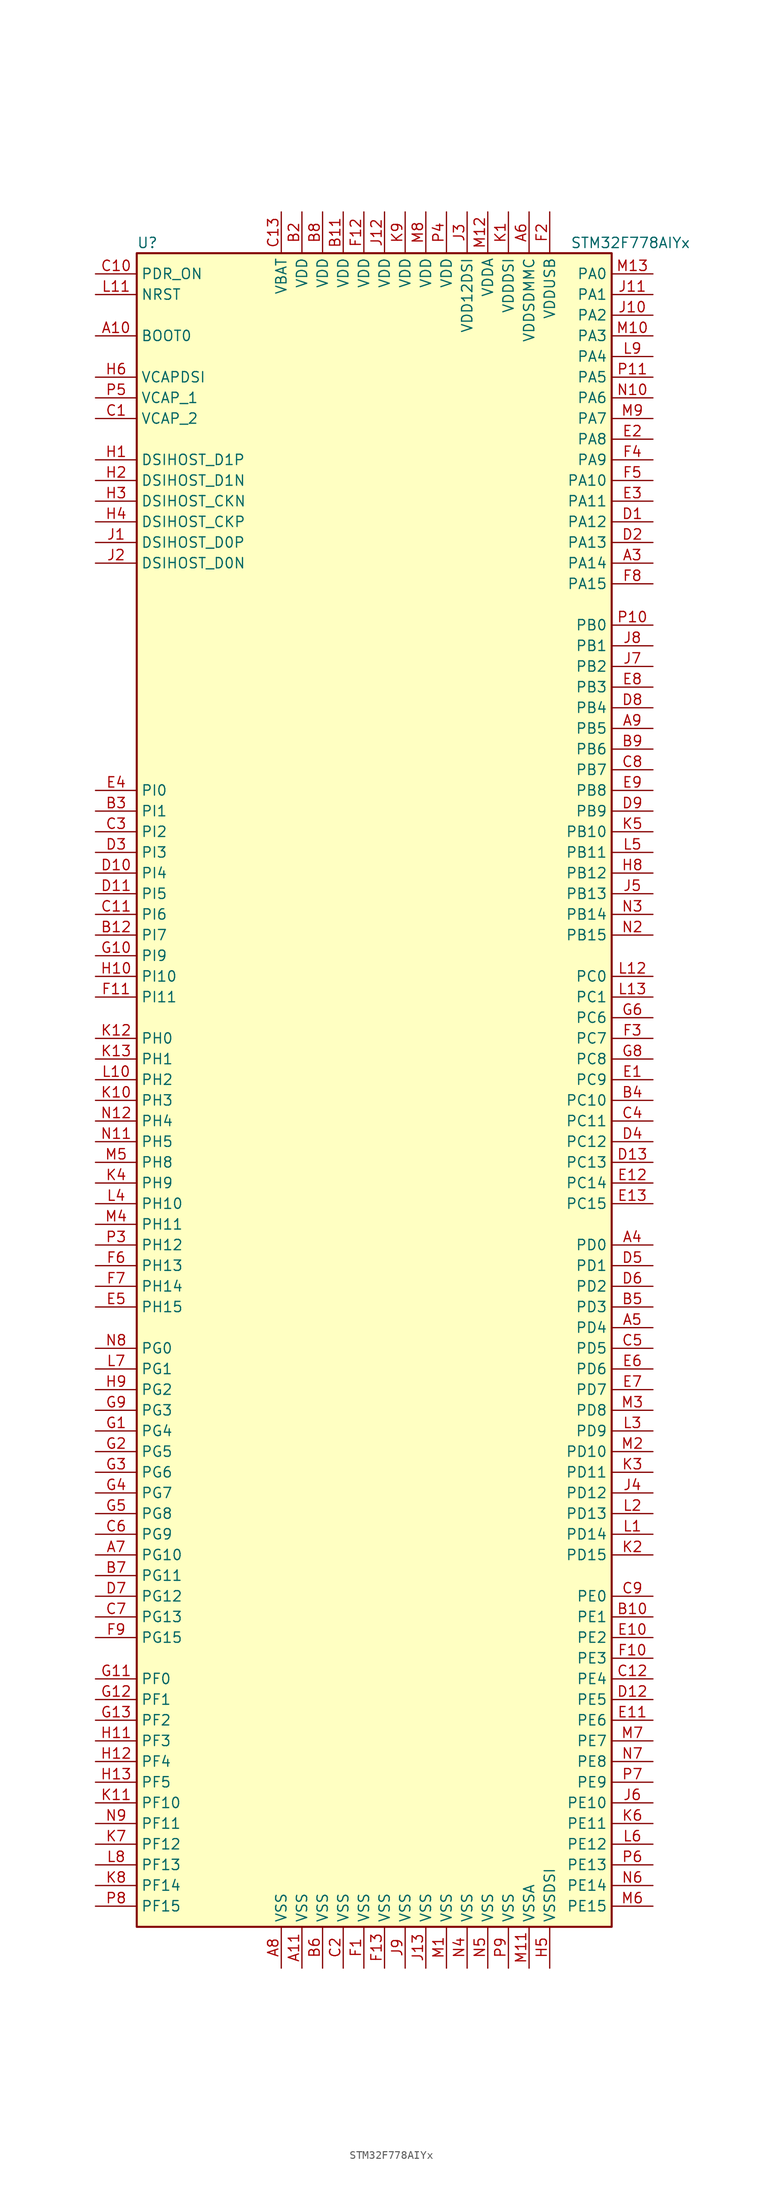
<source format=kicad_sym>
(kicad_symbol_lib
  (version 20211014)
  (generator kicad_symbol_editor)
  (symbol "STM32F778AIYx"
    (property "Reference" "U"
      (at -30.48 102.87 0)
      (effects (font (size 1.27 1.27)) (justify left)))
    (property "Value" "STM32F778AIYx"
      (at 22.86 102.87 0)
      (effects (font (size 1.27 1.27)) (justify left)))
    (symbol "STM32F778AIYx_0_1"
      (rectangle (start -30.48 -104.14) (end 27.94 101.6) (stroke (width 0.254) (type default) (color 0 0 0 0)) (fill (type background))))
    (symbol "STM32F778AIYx_1_1"
      (pin no_connect line (at -30.48 -101.6 0) (length 5.08) hide (name "NC" (effects (font (size 1.27 1.27)))) (number "A1" (effects (font (size 1.27 1.27)))))
      (pin input line (at -35.56 91.44 0) (length 5.08) (name "BOOT0" (effects (font (size 1.27 1.27)))) (number "A10" (effects (font (size 1.27 1.27)))))
      (pin power_in line (at -10.16 -109.22 90) (length 5.08) (name "VSS" (effects (font (size 1.27 1.27)))) (number "A11" (effects (font (size 1.27 1.27)))))
      (pin no_connect line (at -30.48 -96.52 0) (length 5.08) hide (name "NC" (effects (font (size 1.27 1.27)))) (number "A12" (effects (font (size 1.27 1.27)))))
      (pin no_connect line (at -30.48 -93.98 0) (length 5.08) hide (name "NC" (effects (font (size 1.27 1.27)))) (number "A13" (effects (font (size 1.27 1.27)))))
      (pin no_connect line (at -30.48 -99.06 0) (length 5.08) hide (name "NC" (effects (font (size 1.27 1.27)))) (number "A2" (effects (font (size 1.27 1.27)))))
      (pin bidirectional line (at 33.02 63.5 180) (length 5.08) (name "PA14" (effects (font (size 1.27 1.27)))) (number "A3" (effects (font (size 1.27 1.27)))))
      (pin bidirectional line (at 33.02 -20.32 180) (length 5.08) (name "PD0" (effects (font (size 1.27 1.27)))) (number "A4" (effects (font (size 1.27 1.27)))))
      (pin bidirectional line (at 33.02 -30.48 180) (length 5.08) (name "PD4" (effects (font (size 1.27 1.27)))) (number "A5" (effects (font (size 1.27 1.27)))))
      (pin power_in line (at 17.78 106.68 270) (length 5.08) (name "VDDSDMMC" (effects (font (size 1.27 1.27)))) (number "A6" (effects (font (size 1.27 1.27)))))
      (pin bidirectional line (at -35.56 -58.42 0) (length 5.08) (name "PG10" (effects (font (size 1.27 1.27)))) (number "A7" (effects (font (size 1.27 1.27)))))
      (pin power_in line (at -12.7 -109.22 90) (length 5.08) (name "VSS" (effects (font (size 1.27 1.27)))) (number "A8" (effects (font (size 1.27 1.27)))))
      (pin bidirectional line (at 33.02 43.18 180) (length 5.08) (name "PB5" (effects (font (size 1.27 1.27)))) (number "A9" (effects (font (size 1.27 1.27)))))
      (pin no_connect line (at -30.48 -91.44 0) (length 5.08) hide (name "NC" (effects (font (size 1.27 1.27)))) (number "B1" (effects (font (size 1.27 1.27)))))
      (pin bidirectional line (at 33.02 -66.04 180) (length 5.08) (name "PE1" (effects (font (size 1.27 1.27)))) (number "B10" (effects (font (size 1.27 1.27)))))
      (pin power_in line (at -5.08 106.68 270) (length 5.08) (name "VDD" (effects (font (size 1.27 1.27)))) (number "B11" (effects (font (size 1.27 1.27)))))
      (pin bidirectional line (at -35.56 17.78 0) (length 5.08) (name "PI7" (effects (font (size 1.27 1.27)))) (number "B12" (effects (font (size 1.27 1.27)))))
      (pin no_connect line (at -30.48 -88.9 0) (length 5.08) hide (name "NC" (effects (font (size 1.27 1.27)))) (number "B13" (effects (font (size 1.27 1.27)))))
      (pin power_in line (at -10.16 106.68 270) (length 5.08) (name "VDD" (effects (font (size 1.27 1.27)))) (number "B2" (effects (font (size 1.27 1.27)))))
      (pin bidirectional line (at -35.56 33.02 0) (length 5.08) (name "PI1" (effects (font (size 1.27 1.27)))) (number "B3" (effects (font (size 1.27 1.27)))))
      (pin bidirectional line (at 33.02 -2.54 180) (length 5.08) (name "PC10" (effects (font (size 1.27 1.27)))) (number "B4" (effects (font (size 1.27 1.27)))))
      (pin bidirectional line (at 33.02 -27.94 180) (length 5.08) (name "PD3" (effects (font (size 1.27 1.27)))) (number "B5" (effects (font (size 1.27 1.27)))))
      (pin power_in line (at -7.62 -109.22 90) (length 5.08) (name "VSS" (effects (font (size 1.27 1.27)))) (number "B6" (effects (font (size 1.27 1.27)))))
      (pin bidirectional line (at -35.56 -60.96 0) (length 5.08) (name "PG11" (effects (font (size 1.27 1.27)))) (number "B7" (effects (font (size 1.27 1.27)))))
      (pin power_in line (at -7.62 106.68 270) (length 5.08) (name "VDD" (effects (font (size 1.27 1.27)))) (number "B8" (effects (font (size 1.27 1.27)))))
      (pin bidirectional line (at 33.02 40.64 180) (length 5.08) (name "PB6" (effects (font (size 1.27 1.27)))) (number "B9" (effects (font (size 1.27 1.27)))))
      (pin power_in line (at -35.56 81.28 0) (length 5.08) (name "VCAP_2" (effects (font (size 1.27 1.27)))) (number "C1" (effects (font (size 1.27 1.27)))))
      (pin input line (at -35.56 99.06 0) (length 5.08) (name "PDR_ON" (effects (font (size 1.27 1.27)))) (number "C10" (effects (font (size 1.27 1.27)))))
      (pin bidirectional line (at -35.56 20.32 0) (length 5.08) (name "PI6" (effects (font (size 1.27 1.27)))) (number "C11" (effects (font (size 1.27 1.27)))))
      (pin bidirectional line (at 33.02 -73.66 180) (length 5.08) (name "PE4" (effects (font (size 1.27 1.27)))) (number "C12" (effects (font (size 1.27 1.27)))))
      (pin power_in line (at -12.7 106.68 270) (length 5.08) (name "VBAT" (effects (font (size 1.27 1.27)))) (number "C13" (effects (font (size 1.27 1.27)))))
      (pin power_in line (at -5.08 -109.22 90) (length 5.08) (name "VSS" (effects (font (size 1.27 1.27)))) (number "C2" (effects (font (size 1.27 1.27)))))
      (pin bidirectional line (at -35.56 30.48 0) (length 5.08) (name "PI2" (effects (font (size 1.27 1.27)))) (number "C3" (effects (font (size 1.27 1.27)))))
      (pin bidirectional line (at 33.02 -5.08 180) (length 5.08) (name "PC11" (effects (font (size 1.27 1.27)))) (number "C4" (effects (font (size 1.27 1.27)))))
      (pin bidirectional line (at 33.02 -33.02 180) (length 5.08) (name "PD5" (effects (font (size 1.27 1.27)))) (number "C5" (effects (font (size 1.27 1.27)))))
      (pin bidirectional line (at -35.56 -55.88 0) (length 5.08) (name "PG9" (effects (font (size 1.27 1.27)))) (number "C6" (effects (font (size 1.27 1.27)))))
      (pin bidirectional line (at -35.56 -66.04 0) (length 5.08) (name "PG13" (effects (font (size 1.27 1.27)))) (number "C7" (effects (font (size 1.27 1.27)))))
      (pin bidirectional line (at 33.02 38.1 180) (length 5.08) (name "PB7" (effects (font (size 1.27 1.27)))) (number "C8" (effects (font (size 1.27 1.27)))))
      (pin bidirectional line (at 33.02 -63.5 180) (length 5.08) (name "PE0" (effects (font (size 1.27 1.27)))) (number "C9" (effects (font (size 1.27 1.27)))))
      (pin bidirectional line (at 33.02 68.58 180) (length 5.08) (name "PA12" (effects (font (size 1.27 1.27)))) (number "D1" (effects (font (size 1.27 1.27)))))
      (pin bidirectional line (at -35.56 25.4 0) (length 5.08) (name "PI4" (effects (font (size 1.27 1.27)))) (number "D10" (effects (font (size 1.27 1.27)))))
      (pin bidirectional line (at -35.56 22.86 0) (length 5.08) (name "PI5" (effects (font (size 1.27 1.27)))) (number "D11" (effects (font (size 1.27 1.27)))))
      (pin bidirectional line (at 33.02 -76.2 180) (length 5.08) (name "PE5" (effects (font (size 1.27 1.27)))) (number "D12" (effects (font (size 1.27 1.27)))))
      (pin bidirectional line (at 33.02 -10.16 180) (length 5.08) (name "PC13" (effects (font (size 1.27 1.27)))) (number "D13" (effects (font (size 1.27 1.27)))))
      (pin bidirectional line (at 33.02 66.04 180) (length 5.08) (name "PA13" (effects (font (size 1.27 1.27)))) (number "D2" (effects (font (size 1.27 1.27)))))
      (pin bidirectional line (at -35.56 27.94 0) (length 5.08) (name "PI3" (effects (font (size 1.27 1.27)))) (number "D3" (effects (font (size 1.27 1.27)))))
      (pin bidirectional line (at 33.02 -7.62 180) (length 5.08) (name "PC12" (effects (font (size 1.27 1.27)))) (number "D4" (effects (font (size 1.27 1.27)))))
      (pin bidirectional line (at 33.02 -22.86 180) (length 5.08) (name "PD1" (effects (font (size 1.27 1.27)))) (number "D5" (effects (font (size 1.27 1.27)))))
      (pin bidirectional line (at 33.02 -25.4 180) (length 5.08) (name "PD2" (effects (font (size 1.27 1.27)))) (number "D6" (effects (font (size 1.27 1.27)))))
      (pin bidirectional line (at -35.56 -63.5 0) (length 5.08) (name "PG12" (effects (font (size 1.27 1.27)))) (number "D7" (effects (font (size 1.27 1.27)))))
      (pin bidirectional line (at 33.02 45.72 180) (length 5.08) (name "PB4" (effects (font (size 1.27 1.27)))) (number "D8" (effects (font (size 1.27 1.27)))))
      (pin bidirectional line (at 33.02 33.02 180) (length 5.08) (name "PB9" (effects (font (size 1.27 1.27)))) (number "D9" (effects (font (size 1.27 1.27)))))
      (pin bidirectional line (at 33.02 0 180) (length 5.08) (name "PC9" (effects (font (size 1.27 1.27)))) (number "E1" (effects (font (size 1.27 1.27)))))
      (pin bidirectional line (at 33.02 -68.58 180) (length 5.08) (name "PE2" (effects (font (size 1.27 1.27)))) (number "E10" (effects (font (size 1.27 1.27)))))
      (pin bidirectional line (at 33.02 -78.74 180) (length 5.08) (name "PE6" (effects (font (size 1.27 1.27)))) (number "E11" (effects (font (size 1.27 1.27)))))
      (pin bidirectional line (at 33.02 -12.7 180) (length 5.08) (name "PC14" (effects (font (size 1.27 1.27)))) (number "E12" (effects (font (size 1.27 1.27)))))
      (pin bidirectional line (at 33.02 -15.24 180) (length 5.08) (name "PC15" (effects (font (size 1.27 1.27)))) (number "E13" (effects (font (size 1.27 1.27)))))
      (pin bidirectional line (at 33.02 78.74 180) (length 5.08) (name "PA8" (effects (font (size 1.27 1.27)))) (number "E2" (effects (font (size 1.27 1.27)))))
      (pin bidirectional line (at 33.02 71.12 180) (length 5.08) (name "PA11" (effects (font (size 1.27 1.27)))) (number "E3" (effects (font (size 1.27 1.27)))))
      (pin bidirectional line (at -35.56 35.56 0) (length 5.08) (name "PI0" (effects (font (size 1.27 1.27)))) (number "E4" (effects (font (size 1.27 1.27)))))
      (pin bidirectional line (at -35.56 -27.94 0) (length 5.08) (name "PH15" (effects (font (size 1.27 1.27)))) (number "E5" (effects (font (size 1.27 1.27)))))
      (pin bidirectional line (at 33.02 -35.56 180) (length 5.08) (name "PD6" (effects (font (size 1.27 1.27)))) (number "E6" (effects (font (size 1.27 1.27)))))
      (pin bidirectional line (at 33.02 -38.1 180) (length 5.08) (name "PD7" (effects (font (size 1.27 1.27)))) (number "E7" (effects (font (size 1.27 1.27)))))
      (pin bidirectional line (at 33.02 48.26 180) (length 5.08) (name "PB3" (effects (font (size 1.27 1.27)))) (number "E8" (effects (font (size 1.27 1.27)))))
      (pin bidirectional line (at 33.02 35.56 180) (length 5.08) (name "PB8" (effects (font (size 1.27 1.27)))) (number "E9" (effects (font (size 1.27 1.27)))))
      (pin power_in line (at -2.54 -109.22 90) (length 5.08) (name "VSS" (effects (font (size 1.27 1.27)))) (number "F1" (effects (font (size 1.27 1.27)))))
      (pin bidirectional line (at 33.02 -71.12 180) (length 5.08) (name "PE3" (effects (font (size 1.27 1.27)))) (number "F10" (effects (font (size 1.27 1.27)))))
      (pin bidirectional line (at -35.56 10.16 0) (length 5.08) (name "PI11" (effects (font (size 1.27 1.27)))) (number "F11" (effects (font (size 1.27 1.27)))))
      (pin power_in line (at -2.54 106.68 270) (length 5.08) (name "VDD" (effects (font (size 1.27 1.27)))) (number "F12" (effects (font (size 1.27 1.27)))))
      (pin power_in line (at 0 -109.22 90) (length 5.08) (name "VSS" (effects (font (size 1.27 1.27)))) (number "F13" (effects (font (size 1.27 1.27)))))
      (pin power_in line (at 20.32 106.68 270) (length 5.08) (name "VDDUSB" (effects (font (size 1.27 1.27)))) (number "F2" (effects (font (size 1.27 1.27)))))
      (pin bidirectional line (at 33.02 5.08 180) (length 5.08) (name "PC7" (effects (font (size 1.27 1.27)))) (number "F3" (effects (font (size 1.27 1.27)))))
      (pin bidirectional line (at 33.02 76.2 180) (length 5.08) (name "PA9" (effects (font (size 1.27 1.27)))) (number "F4" (effects (font (size 1.27 1.27)))))
      (pin bidirectional line (at 33.02 73.66 180) (length 5.08) (name "PA10" (effects (font (size 1.27 1.27)))) (number "F5" (effects (font (size 1.27 1.27)))))
      (pin bidirectional line (at -35.56 -22.86 0) (length 5.08) (name "PH13" (effects (font (size 1.27 1.27)))) (number "F6" (effects (font (size 1.27 1.27)))))
      (pin bidirectional line (at -35.56 -25.4 0) (length 5.08) (name "PH14" (effects (font (size 1.27 1.27)))) (number "F7" (effects (font (size 1.27 1.27)))))
      (pin bidirectional line (at 33.02 60.96 180) (length 5.08) (name "PA15" (effects (font (size 1.27 1.27)))) (number "F8" (effects (font (size 1.27 1.27)))))
      (pin bidirectional line (at -35.56 -68.58 0) (length 5.08) (name "PG15" (effects (font (size 1.27 1.27)))) (number "F9" (effects (font (size 1.27 1.27)))))
      (pin bidirectional line (at -35.56 -43.18 0) (length 5.08) (name "PG4" (effects (font (size 1.27 1.27)))) (number "G1" (effects (font (size 1.27 1.27)))))
      (pin bidirectional line (at -35.56 15.24 0) (length 5.08) (name "PI9" (effects (font (size 1.27 1.27)))) (number "G10" (effects (font (size 1.27 1.27)))))
      (pin bidirectional line (at -35.56 -73.66 0) (length 5.08) (name "PF0" (effects (font (size 1.27 1.27)))) (number "G11" (effects (font (size 1.27 1.27)))))
      (pin bidirectional line (at -35.56 -76.2 0) (length 5.08) (name "PF1" (effects (font (size 1.27 1.27)))) (number "G12" (effects (font (size 1.27 1.27)))))
      (pin bidirectional line (at -35.56 -78.74 0) (length 5.08) (name "PF2" (effects (font (size 1.27 1.27)))) (number "G13" (effects (font (size 1.27 1.27)))))
      (pin bidirectional line (at -35.56 -45.72 0) (length 5.08) (name "PG5" (effects (font (size 1.27 1.27)))) (number "G2" (effects (font (size 1.27 1.27)))))
      (pin bidirectional line (at -35.56 -48.26 0) (length 5.08) (name "PG6" (effects (font (size 1.27 1.27)))) (number "G3" (effects (font (size 1.27 1.27)))))
      (pin bidirectional line (at -35.56 -50.8 0) (length 5.08) (name "PG7" (effects (font (size 1.27 1.27)))) (number "G4" (effects (font (size 1.27 1.27)))))
      (pin bidirectional line (at -35.56 -53.34 0) (length 5.08) (name "PG8" (effects (font (size 1.27 1.27)))) (number "G5" (effects (font (size 1.27 1.27)))))
      (pin bidirectional line (at 33.02 7.62 180) (length 5.08) (name "PC6" (effects (font (size 1.27 1.27)))) (number "G6" (effects (font (size 1.27 1.27)))))
      (pin bidirectional line (at 33.02 2.54 180) (length 5.08) (name "PC8" (effects (font (size 1.27 1.27)))) (number "G8" (effects (font (size 1.27 1.27)))))
      (pin bidirectional line (at -35.56 -40.64 0) (length 5.08) (name "PG3" (effects (font (size 1.27 1.27)))) (number "G9" (effects (font (size 1.27 1.27)))))
      (pin bidirectional line (at -35.56 76.2 0) (length 5.08) (name "DSIHOST_D1P" (effects (font (size 1.27 1.27)))) (number "H1" (effects (font (size 1.27 1.27)))))
      (pin bidirectional line (at -35.56 12.7 0) (length 5.08) (name "PI10" (effects (font (size 1.27 1.27)))) (number "H10" (effects (font (size 1.27 1.27)))))
      (pin bidirectional line (at -35.56 -81.28 0) (length 5.08) (name "PF3" (effects (font (size 1.27 1.27)))) (number "H11" (effects (font (size 1.27 1.27)))))
      (pin bidirectional line (at -35.56 -83.82 0) (length 5.08) (name "PF4" (effects (font (size 1.27 1.27)))) (number "H12" (effects (font (size 1.27 1.27)))))
      (pin bidirectional line (at -35.56 -86.36 0) (length 5.08) (name "PF5" (effects (font (size 1.27 1.27)))) (number "H13" (effects (font (size 1.27 1.27)))))
      (pin bidirectional line (at -35.56 73.66 0) (length 5.08) (name "DSIHOST_D1N" (effects (font (size 1.27 1.27)))) (number "H2" (effects (font (size 1.27 1.27)))))
      (pin bidirectional line (at -35.56 71.12 0) (length 5.08) (name "DSIHOST_CKN" (effects (font (size 1.27 1.27)))) (number "H3" (effects (font (size 1.27 1.27)))))
      (pin bidirectional line (at -35.56 68.58 0) (length 5.08) (name "DSIHOST_CKP" (effects (font (size 1.27 1.27)))) (number "H4" (effects (font (size 1.27 1.27)))))
      (pin power_in line (at 20.32 -109.22 90) (length 5.08) (name "VSSDSI" (effects (font (size 1.27 1.27)))) (number "H5" (effects (font (size 1.27 1.27)))))
      (pin power_in line (at -35.56 86.36 0) (length 5.08) (name "VCAPDSI" (effects (font (size 1.27 1.27)))) (number "H6" (effects (font (size 1.27 1.27)))))
      (pin bidirectional line (at 33.02 25.4 180) (length 5.08) (name "PB12" (effects (font (size 1.27 1.27)))) (number "H8" (effects (font (size 1.27 1.27)))))
      (pin bidirectional line (at -35.56 -38.1 0) (length 5.08) (name "PG2" (effects (font (size 1.27 1.27)))) (number "H9" (effects (font (size 1.27 1.27)))))
      (pin bidirectional line (at -35.56 66.04 0) (length 5.08) (name "DSIHOST_D0P" (effects (font (size 1.27 1.27)))) (number "J1" (effects (font (size 1.27 1.27)))))
      (pin bidirectional line (at 33.02 93.98 180) (length 5.08) (name "PA2" (effects (font (size 1.27 1.27)))) (number "J10" (effects (font (size 1.27 1.27)))))
      (pin bidirectional line (at 33.02 96.52 180) (length 5.08) (name "PA1" (effects (font (size 1.27 1.27)))) (number "J11" (effects (font (size 1.27 1.27)))))
      (pin power_in line (at 0 106.68 270) (length 5.08) (name "VDD" (effects (font (size 1.27 1.27)))) (number "J12" (effects (font (size 1.27 1.27)))))
      (pin power_in line (at 5.08 -109.22 90) (length 5.08) (name "VSS" (effects (font (size 1.27 1.27)))) (number "J13" (effects (font (size 1.27 1.27)))))
      (pin bidirectional line (at -35.56 63.5 0) (length 5.08) (name "DSIHOST_D0N" (effects (font (size 1.27 1.27)))) (number "J2" (effects (font (size 1.27 1.27)))))
      (pin power_in line (at 10.16 106.68 270) (length 5.08) (name "VDD12DSI" (effects (font (size 1.27 1.27)))) (number "J3" (effects (font (size 1.27 1.27)))))
      (pin bidirectional line (at 33.02 -50.8 180) (length 5.08) (name "PD12" (effects (font (size 1.27 1.27)))) (number "J4" (effects (font (size 1.27 1.27)))))
      (pin bidirectional line (at 33.02 22.86 180) (length 5.08) (name "PB13" (effects (font (size 1.27 1.27)))) (number "J5" (effects (font (size 1.27 1.27)))))
      (pin bidirectional line (at 33.02 -88.9 180) (length 5.08) (name "PE10" (effects (font (size 1.27 1.27)))) (number "J6" (effects (font (size 1.27 1.27)))))
      (pin bidirectional line (at 33.02 50.8 180) (length 5.08) (name "PB2" (effects (font (size 1.27 1.27)))) (number "J7" (effects (font (size 1.27 1.27)))))
      (pin bidirectional line (at 33.02 53.34 180) (length 5.08) (name "PB1" (effects (font (size 1.27 1.27)))) (number "J8" (effects (font (size 1.27 1.27)))))
      (pin power_in line (at 2.54 -109.22 90) (length 5.08) (name "VSS" (effects (font (size 1.27 1.27)))) (number "J9" (effects (font (size 1.27 1.27)))))
      (pin power_in line (at 15.24 106.68 270) (length 5.08) (name "VDDDSI" (effects (font (size 1.27 1.27)))) (number "K1" (effects (font (size 1.27 1.27)))))
      (pin bidirectional line (at -35.56 -2.54 0) (length 5.08) (name "PH3" (effects (font (size 1.27 1.27)))) (number "K10" (effects (font (size 1.27 1.27)))))
      (pin bidirectional line (at -35.56 -88.9 0) (length 5.08) (name "PF10" (effects (font (size 1.27 1.27)))) (number "K11" (effects (font (size 1.27 1.27)))))
      (pin input line (at -35.56 5.08 0) (length 5.08) (name "PH0" (effects (font (size 1.27 1.27)))) (number "K12" (effects (font (size 1.27 1.27)))))
      (pin input line (at -35.56 2.54 0) (length 5.08) (name "PH1" (effects (font (size 1.27 1.27)))) (number "K13" (effects (font (size 1.27 1.27)))))
      (pin bidirectional line (at 33.02 -58.42 180) (length 5.08) (name "PD15" (effects (font (size 1.27 1.27)))) (number "K2" (effects (font (size 1.27 1.27)))))
      (pin bidirectional line (at 33.02 -48.26 180) (length 5.08) (name "PD11" (effects (font (size 1.27 1.27)))) (number "K3" (effects (font (size 1.27 1.27)))))
      (pin bidirectional line (at -35.56 -12.7 0) (length 5.08) (name "PH9" (effects (font (size 1.27 1.27)))) (number "K4" (effects (font (size 1.27 1.27)))))
      (pin bidirectional line (at 33.02 30.48 180) (length 5.08) (name "PB10" (effects (font (size 1.27 1.27)))) (number "K5" (effects (font (size 1.27 1.27)))))
      (pin bidirectional line (at 33.02 -91.44 180) (length 5.08) (name "PE11" (effects (font (size 1.27 1.27)))) (number "K6" (effects (font (size 1.27 1.27)))))
      (pin bidirectional line (at -35.56 -93.98 0) (length 5.08) (name "PF12" (effects (font (size 1.27 1.27)))) (number "K7" (effects (font (size 1.27 1.27)))))
      (pin bidirectional line (at -35.56 -99.06 0) (length 5.08) (name "PF14" (effects (font (size 1.27 1.27)))) (number "K8" (effects (font (size 1.27 1.27)))))
      (pin power_in line (at 2.54 106.68 270) (length 5.08) (name "VDD" (effects (font (size 1.27 1.27)))) (number "K9" (effects (font (size 1.27 1.27)))))
      (pin bidirectional line (at 33.02 -55.88 180) (length 5.08) (name "PD14" (effects (font (size 1.27 1.27)))) (number "L1" (effects (font (size 1.27 1.27)))))
      (pin bidirectional line (at -35.56 0 0) (length 5.08) (name "PH2" (effects (font (size 1.27 1.27)))) (number "L10" (effects (font (size 1.27 1.27)))))
      (pin input line (at -35.56 96.52 0) (length 5.08) (name "NRST" (effects (font (size 1.27 1.27)))) (number "L11" (effects (font (size 1.27 1.27)))))
      (pin bidirectional line (at 33.02 12.7 180) (length 5.08) (name "PC0" (effects (font (size 1.27 1.27)))) (number "L12" (effects (font (size 1.27 1.27)))))
      (pin bidirectional line (at 33.02 10.16 180) (length 5.08) (name "PC1" (effects (font (size 1.27 1.27)))) (number "L13" (effects (font (size 1.27 1.27)))))
      (pin bidirectional line (at 33.02 -53.34 180) (length 5.08) (name "PD13" (effects (font (size 1.27 1.27)))) (number "L2" (effects (font (size 1.27 1.27)))))
      (pin bidirectional line (at 33.02 -43.18 180) (length 5.08) (name "PD9" (effects (font (size 1.27 1.27)))) (number "L3" (effects (font (size 1.27 1.27)))))
      (pin bidirectional line (at -35.56 -15.24 0) (length 5.08) (name "PH10" (effects (font (size 1.27 1.27)))) (number "L4" (effects (font (size 1.27 1.27)))))
      (pin bidirectional line (at 33.02 27.94 180) (length 5.08) (name "PB11" (effects (font (size 1.27 1.27)))) (number "L5" (effects (font (size 1.27 1.27)))))
      (pin bidirectional line (at 33.02 -93.98 180) (length 5.08) (name "PE12" (effects (font (size 1.27 1.27)))) (number "L6" (effects (font (size 1.27 1.27)))))
      (pin bidirectional line (at -35.56 -35.56 0) (length 5.08) (name "PG1" (effects (font (size 1.27 1.27)))) (number "L7" (effects (font (size 1.27 1.27)))))
      (pin bidirectional line (at -35.56 -96.52 0) (length 5.08) (name "PF13" (effects (font (size 1.27 1.27)))) (number "L8" (effects (font (size 1.27 1.27)))))
      (pin bidirectional line (at 33.02 88.9 180) (length 5.08) (name "PA4" (effects (font (size 1.27 1.27)))) (number "L9" (effects (font (size 1.27 1.27)))))
      (pin power_in line (at 7.62 -109.22 90) (length 5.08) (name "VSS" (effects (font (size 1.27 1.27)))) (number "M1" (effects (font (size 1.27 1.27)))))
      (pin bidirectional line (at 33.02 91.44 180) (length 5.08) (name "PA3" (effects (font (size 1.27 1.27)))) (number "M10" (effects (font (size 1.27 1.27)))))
      (pin power_in line (at 17.78 -109.22 90) (length 5.08) (name "VSSA" (effects (font (size 1.27 1.27)))) (number "M11" (effects (font (size 1.27 1.27)))))
      (pin power_in line (at 12.7 106.68 270) (length 5.08) (name "VDDA" (effects (font (size 1.27 1.27)))) (number "M12" (effects (font (size 1.27 1.27)))))
      (pin bidirectional line (at 33.02 99.06 180) (length 5.08) (name "PA0" (effects (font (size 1.27 1.27)))) (number "M13" (effects (font (size 1.27 1.27)))))
      (pin bidirectional line (at 33.02 -45.72 180) (length 5.08) (name "PD10" (effects (font (size 1.27 1.27)))) (number "M2" (effects (font (size 1.27 1.27)))))
      (pin bidirectional line (at 33.02 -40.64 180) (length 5.08) (name "PD8" (effects (font (size 1.27 1.27)))) (number "M3" (effects (font (size 1.27 1.27)))))
      (pin bidirectional line (at -35.56 -17.78 0) (length 5.08) (name "PH11" (effects (font (size 1.27 1.27)))) (number "M4" (effects (font (size 1.27 1.27)))))
      (pin bidirectional line (at -35.56 -10.16 0) (length 5.08) (name "PH8" (effects (font (size 1.27 1.27)))) (number "M5" (effects (font (size 1.27 1.27)))))
      (pin bidirectional line (at 33.02 -101.6 180) (length 5.08) (name "PE15" (effects (font (size 1.27 1.27)))) (number "M6" (effects (font (size 1.27 1.27)))))
      (pin bidirectional line (at 33.02 -81.28 180) (length 5.08) (name "PE7" (effects (font (size 1.27 1.27)))) (number "M7" (effects (font (size 1.27 1.27)))))
      (pin power_in line (at 5.08 106.68 270) (length 5.08) (name "VDD" (effects (font (size 1.27 1.27)))) (number "M8" (effects (font (size 1.27 1.27)))))
      (pin bidirectional line (at 33.02 81.28 180) (length 5.08) (name "PA7" (effects (font (size 1.27 1.27)))) (number "M9" (effects (font (size 1.27 1.27)))))
      (pin no_connect line (at -30.48 -86.36 0) (length 5.08) hide (name "NC" (effects (font (size 1.27 1.27)))) (number "N1" (effects (font (size 1.27 1.27)))))
      (pin bidirectional line (at 33.02 83.82 180) (length 5.08) (name "PA6" (effects (font (size 1.27 1.27)))) (number "N10" (effects (font (size 1.27 1.27)))))
      (pin bidirectional line (at -35.56 -7.62 0) (length 5.08) (name "PH5" (effects (font (size 1.27 1.27)))) (number "N11" (effects (font (size 1.27 1.27)))))
      (pin bidirectional line (at -35.56 -5.08 0) (length 5.08) (name "PH4" (effects (font (size 1.27 1.27)))) (number "N12" (effects (font (size 1.27 1.27)))))
      (pin no_connect line (at -30.48 -83.82 0) (length 5.08) hide (name "NC" (effects (font (size 1.27 1.27)))) (number "N13" (effects (font (size 1.27 1.27)))))
      (pin bidirectional line (at 33.02 17.78 180) (length 5.08) (name "PB15" (effects (font (size 1.27 1.27)))) (number "N2" (effects (font (size 1.27 1.27)))))
      (pin bidirectional line (at 33.02 20.32 180) (length 5.08) (name "PB14" (effects (font (size 1.27 1.27)))) (number "N3" (effects (font (size 1.27 1.27)))))
      (pin power_in line (at 10.16 -109.22 90) (length 5.08) (name "VSS" (effects (font (size 1.27 1.27)))) (number "N4" (effects (font (size 1.27 1.27)))))
      (pin power_in line (at 12.7 -109.22 90) (length 5.08) (name "VSS" (effects (font (size 1.27 1.27)))) (number "N5" (effects (font (size 1.27 1.27)))))
      (pin bidirectional line (at 33.02 -99.06 180) (length 5.08) (name "PE14" (effects (font (size 1.27 1.27)))) (number "N6" (effects (font (size 1.27 1.27)))))
      (pin bidirectional line (at 33.02 -83.82 180) (length 5.08) (name "PE8" (effects (font (size 1.27 1.27)))) (number "N7" (effects (font (size 1.27 1.27)))))
      (pin bidirectional line (at -35.56 -33.02 0) (length 5.08) (name "PG0" (effects (font (size 1.27 1.27)))) (number "N8" (effects (font (size 1.27 1.27)))))
      (pin bidirectional line (at -35.56 -91.44 0) (length 5.08) (name "PF11" (effects (font (size 1.27 1.27)))) (number "N9" (effects (font (size 1.27 1.27)))))
      (pin no_connect line (at -30.48 -81.28 0) (length 5.08) hide (name "NC" (effects (font (size 1.27 1.27)))) (number "P1" (effects (font (size 1.27 1.27)))))
      (pin bidirectional line (at 33.02 55.88 180) (length 5.08) (name "PB0" (effects (font (size 1.27 1.27)))) (number "P10" (effects (font (size 1.27 1.27)))))
      (pin bidirectional line (at 33.02 86.36 180) (length 5.08) (name "PA5" (effects (font (size 1.27 1.27)))) (number "P11" (effects (font (size 1.27 1.27)))))
      (pin no_connect line (at -30.48 -76.2 0) (length 5.08) hide (name "NC" (effects (font (size 1.27 1.27)))) (number "P12" (effects (font (size 1.27 1.27)))))
      (pin no_connect line (at -30.48 -73.66 0) (length 5.08) hide (name "NC" (effects (font (size 1.27 1.27)))) (number "P13" (effects (font (size 1.27 1.27)))))
      (pin no_connect line (at -30.48 -78.74 0) (length 5.08) hide (name "NC" (effects (font (size 1.27 1.27)))) (number "P2" (effects (font (size 1.27 1.27)))))
      (pin bidirectional line (at -35.56 -20.32 0) (length 5.08) (name "PH12" (effects (font (size 1.27 1.27)))) (number "P3" (effects (font (size 1.27 1.27)))))
      (pin power_in line (at 7.62 106.68 270) (length 5.08) (name "VDD" (effects (font (size 1.27 1.27)))) (number "P4" (effects (font (size 1.27 1.27)))))
      (pin power_in line (at -35.56 83.82 0) (length 5.08) (name "VCAP_1" (effects (font (size 1.27 1.27)))) (number "P5" (effects (font (size 1.27 1.27)))))
      (pin bidirectional line (at 33.02 -96.52 180) (length 5.08) (name "PE13" (effects (font (size 1.27 1.27)))) (number "P6" (effects (font (size 1.27 1.27)))))
      (pin bidirectional line (at 33.02 -86.36 180) (length 5.08) (name "PE9" (effects (font (size 1.27 1.27)))) (number "P7" (effects (font (size 1.27 1.27)))))
      (pin bidirectional line (at -35.56 -101.6 0) (length 5.08) (name "PF15" (effects (font (size 1.27 1.27)))) (number "P8" (effects (font (size 1.27 1.27)))))
      (pin power_in line (at 15.24 -109.22 90) (length 5.08) (name "VSS" (effects (font (size 1.27 1.27)))) (number "P9" (effects (font (size 1.27 1.27))))))))
</source>
